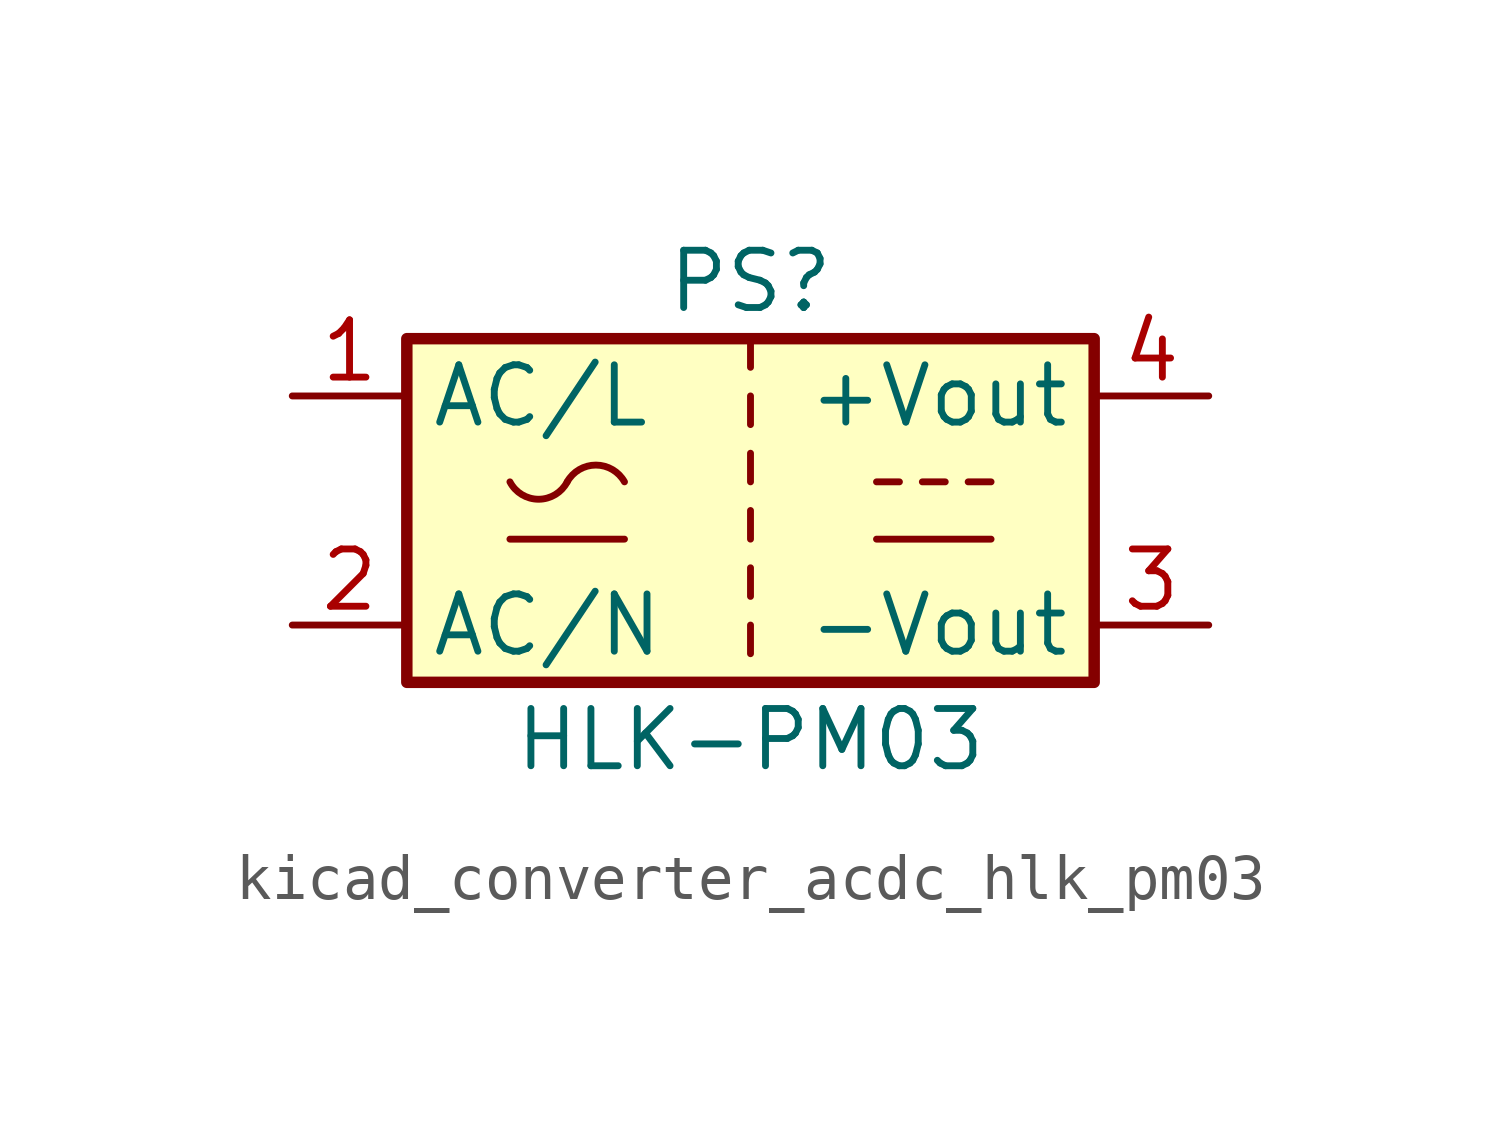
<source format=kicad_sym>
(kicad_symbol_lib
  (version 20220914)
  (generator kicad_symbol_editor)
  (symbol "kicad_converter_acdc_hlk_pm03"
    (property "Reference" "PS"
      (at 0 5.08 0)
      (effects (font (size 1.27 1.27))))
    (property "Value" "HLK-PM03"
      (at 0 -5.08 0)
      (effects (font (size 1.27 1.27))))
    (symbol "kicad_converter_acdc_hlk_pm03_0_1"
      (rectangle (start -7.62 3.81) (end 7.62 -3.81) (stroke (width 0.254) (type default)) (fill (type background)))
      (arc (start -5.334 0.635) (mid -4.699 0.2495) (end -4.064 0.635) (stroke (width 0) (type default)) (fill (type none)))
      (arc (start -2.794 0.635) (mid -3.429 1.0072) (end -4.064 0.635) (stroke (width 0) (type default)) (fill (type none)))
      (polyline (pts (xy -5.334 -0.635) (xy -2.794 -0.635)) (stroke (width 0) (type default)) (fill (type none)))
      (polyline (pts (xy 0 -2.54) (xy 0 -3.175)) (stroke (width 0) (type default)) (fill (type none)))
      (polyline (pts (xy 0 -1.27) (xy 0 -1.905)) (stroke (width 0) (type default)) (fill (type none)))
      (polyline (pts (xy 0 0) (xy 0 -0.635)) (stroke (width 0) (type default)) (fill (type none)))
      (polyline (pts (xy 0 1.27) (xy 0 0.635)) (stroke (width 0) (type default)) (fill (type none)))
      (polyline (pts (xy 0 2.54) (xy 0 1.905)) (stroke (width 0) (type default)) (fill (type none)))
      (polyline (pts (xy 0 3.81) (xy 0 3.175)) (stroke (width 0) (type default)) (fill (type none)))
      (polyline (pts (xy 2.794 -0.635) (xy 5.334 -0.635)) (stroke (width 0) (type default)) (fill (type none)))
      (polyline (pts (xy 2.794 0.635) (xy 3.302 0.635)) (stroke (width 0) (type default)) (fill (type none)))
      (polyline (pts (xy 3.81 0.635) (xy 4.318 0.635)) (stroke (width 0) (type default)) (fill (type none)))
      (polyline (pts (xy 4.826 0.635) (xy 5.334 0.635)) (stroke (width 0) (type default)) (fill (type none))))
    (symbol "kicad_converter_acdc_hlk_pm03_1_1"
      (pin power_in line (at -10.16 2.54 0) (length 2.54) (name "AC/L" (effects (font (size 1.27 1.27)))) (number "1" (effects (font (size 1.27 1.27)))))
      (pin power_in line (at -10.16 -2.54 0) (length 2.54) (name "AC/N" (effects (font (size 1.27 1.27)))) (number "2" (effects (font (size 1.27 1.27)))))
      (pin power_out line (at 10.16 -2.54 180) (length 2.54) (name "-Vout" (effects (font (size 1.27 1.27)))) (number "3" (effects (font (size 1.27 1.27)))))
      (pin power_out line (at 10.16 2.54 180) (length 2.54) (name "+Vout" (effects (font (size 1.27 1.27)))) (number "4" (effects (font (size 1.27 1.27))))))))
</source>
